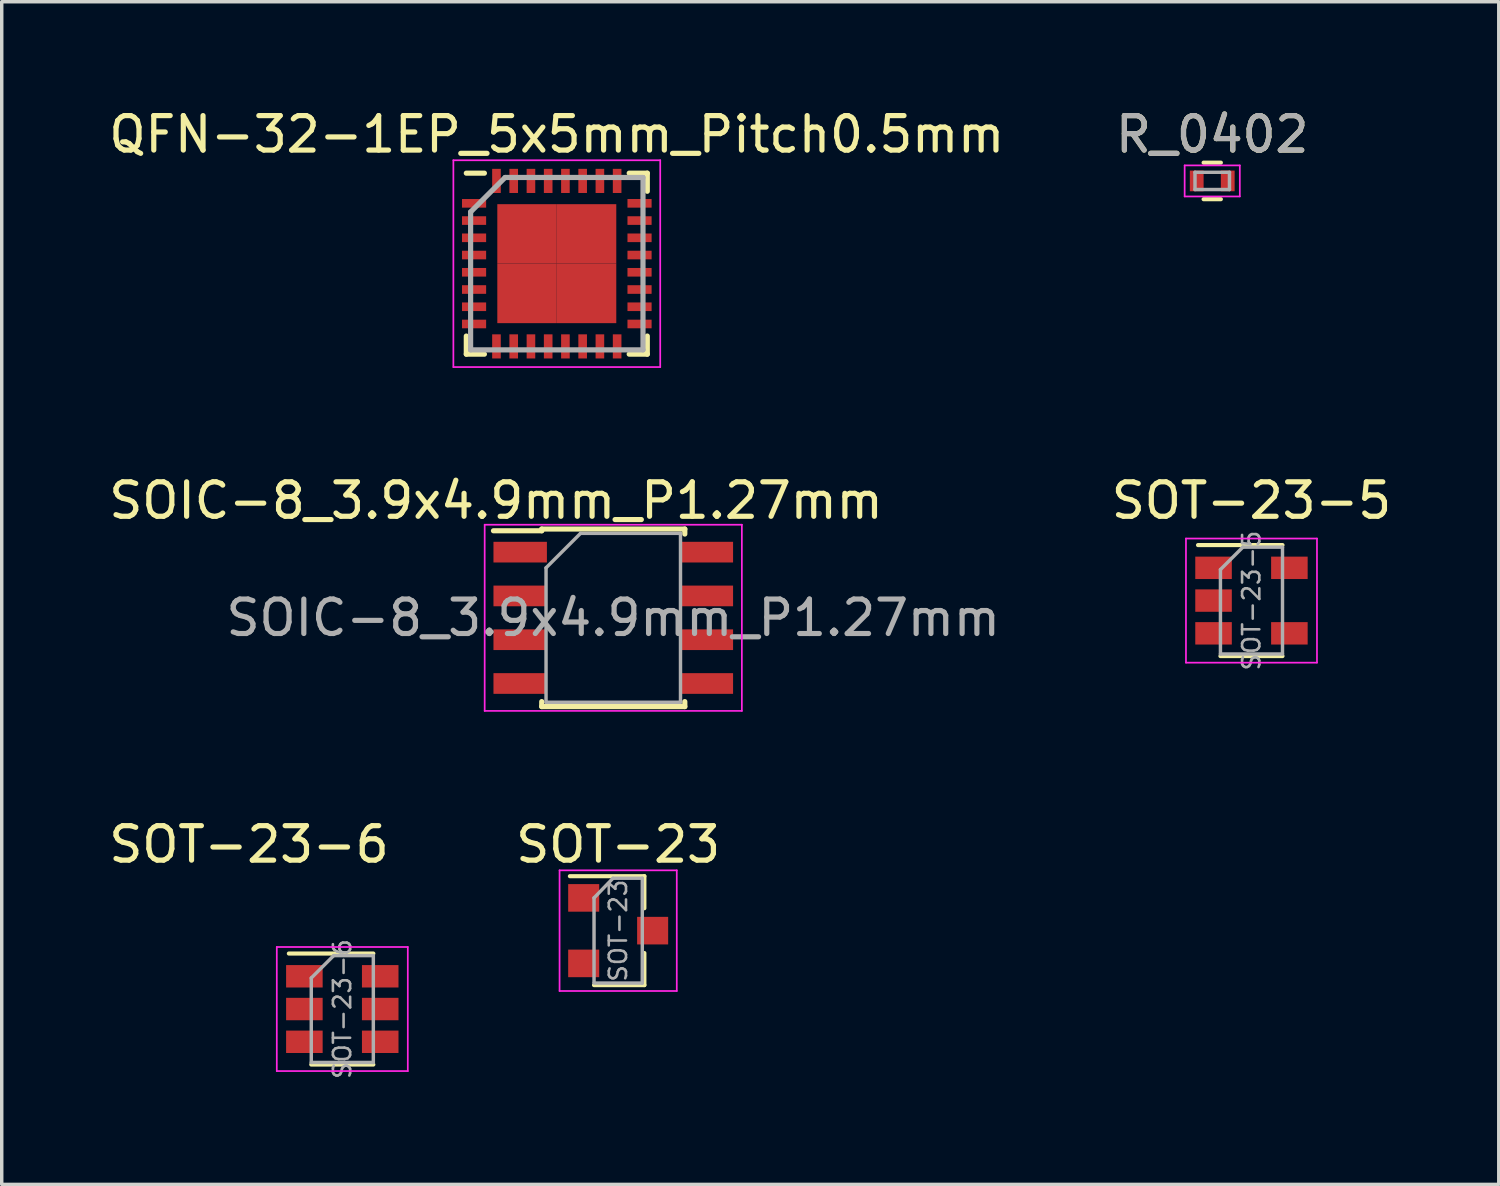
<source format=kicad_pcb>
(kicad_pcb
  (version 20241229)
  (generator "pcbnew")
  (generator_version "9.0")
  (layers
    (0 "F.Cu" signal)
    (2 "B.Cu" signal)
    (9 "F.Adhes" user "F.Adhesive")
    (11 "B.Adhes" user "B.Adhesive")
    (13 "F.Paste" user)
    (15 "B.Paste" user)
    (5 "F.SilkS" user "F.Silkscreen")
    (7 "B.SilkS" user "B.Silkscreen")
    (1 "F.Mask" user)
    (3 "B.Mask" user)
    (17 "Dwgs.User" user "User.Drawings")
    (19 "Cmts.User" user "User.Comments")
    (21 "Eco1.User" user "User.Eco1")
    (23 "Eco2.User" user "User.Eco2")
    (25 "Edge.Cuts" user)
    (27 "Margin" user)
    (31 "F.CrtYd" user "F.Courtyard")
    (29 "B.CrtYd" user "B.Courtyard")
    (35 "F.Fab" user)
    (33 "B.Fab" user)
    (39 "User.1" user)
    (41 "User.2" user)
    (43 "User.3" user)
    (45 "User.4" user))
  (footprint "QFN-32-1EP_5x5mm_Pitch0.5mm"
    (layer "F.Cu")
    (at 13.101 4.598)
    (property "Reference" "QFN-32-1EP_5x5mm_Pitch0.5mm" (at 0 -3.75 0) (layer "F.SilkS") (effects (font (size 1 1) (thickness 0.15))))
    (attr smd)
    (fp_line (start -2.625 -2.625) (end -2.1 -2.625) (stroke (width 0.15) (type solid)) (layer "F.SilkS"))
    (fp_line (start -2.625 2.625) (end -2.625 2.1) (stroke (width 0.15) (type solid)) (layer "F.SilkS"))
    (fp_line (start -2.625 2.625) (end -2.1 2.625) (stroke (width 0.15) (type solid)) (layer "F.SilkS"))
    (fp_line (start 2.625 -2.625) (end 2.1 -2.625) (stroke (width 0.15) (type solid)) (layer "F.SilkS"))
    (fp_line (start 2.625 -2.625) (end 2.625 -2.1) (stroke (width 0.15) (type solid)) (layer "F.SilkS"))
    (fp_line (start 2.625 2.625) (end 2.1 2.625) (stroke (width 0.15) (type solid)) (layer "F.SilkS"))
    (fp_line (start 2.625 2.625) (end 2.625 2.1) (stroke (width 0.15) (type solid)) (layer "F.SilkS"))
    (fp_line (start -3 -3) (end -3 3) (stroke (width 0.05) (type solid)) (layer "F.CrtYd"))
    (fp_line (start -3 -3) (end 3 -3) (stroke (width 0.05) (type solid)) (layer "F.CrtYd"))
    (fp_line (start -3 3) (end 3 3) (stroke (width 0.05) (type solid)) (layer "F.CrtYd"))
    (fp_line (start 3 -3) (end 3 3) (stroke (width 0.05) (type solid)) (layer "F.CrtYd"))
    (fp_line (start -2.5 -1.5) (end -1.5 -2.5) (stroke (width 0.15) (type solid)) (layer "F.Fab"))
    (fp_line (start -2.5 2.5) (end -2.5 -1.5) (stroke (width 0.15) (type solid)) (layer "F.Fab"))
    (fp_line (start -1.5 -2.5) (end 2.5 -2.5) (stroke (width 0.15) (type solid)) (layer "F.Fab"))
    (fp_line (start 2.5 -2.5) (end 2.5 2.5) (stroke (width 0.15) (type solid)) (layer "F.Fab"))
    (fp_line (start 2.5 2.5) (end -2.5 2.5) (stroke (width 0.15) (type solid)) (layer "F.Fab"))
    (pad "1" smd rect (at -2.4 -1.75) (size 0.7 0.25) (layers "F.Cu" "F.Mask" "F.Paste"))
    (pad "2" smd rect (at -2.4 -1.25) (size 0.7 0.25) (layers "F.Cu" "F.Mask" "F.Paste"))
    (pad "3" smd rect (at -2.4 -0.75) (size 0.7 0.25) (layers "F.Cu" "F.Mask" "F.Paste"))
    (pad "4" smd rect (at -2.4 -0.25) (size 0.7 0.25) (layers "F.Cu" "F.Mask" "F.Paste"))
    (pad "5" smd rect (at -2.4 0.25) (size 0.7 0.25) (layers "F.Cu" "F.Mask" "F.Paste"))
    (pad "6" smd rect (at -2.4 0.75) (size 0.7 0.25) (layers "F.Cu" "F.Mask" "F.Paste"))
    (pad "7" smd rect (at -2.4 1.25) (size 0.7 0.25) (layers "F.Cu" "F.Mask" "F.Paste"))
    (pad "8" smd rect (at -2.4 1.75) (size 0.7 0.25) (layers "F.Cu" "F.Mask" "F.Paste"))
    (pad "9" smd rect (at -1.75 2.4 90) (size 0.7 0.25) (layers "F.Cu" "F.Mask" "F.Paste"))
    (pad "10" smd rect (at -1.25 2.4 90) (size 0.7 0.25) (layers "F.Cu" "F.Mask" "F.Paste"))
    (pad "11" smd rect (at -0.75 2.4 90) (size 0.7 0.25) (layers "F.Cu" "F.Mask" "F.Paste"))
    (pad "12" smd rect (at -0.25 2.4 90) (size 0.7 0.25) (layers "F.Cu" "F.Mask" "F.Paste"))
    (pad "13" smd rect (at 0.25 2.4 90) (size 0.7 0.25) (layers "F.Cu" "F.Mask" "F.Paste"))
    (pad "14" smd rect (at 0.75 2.4 90) (size 0.7 0.25) (layers "F.Cu" "F.Mask" "F.Paste"))
    (pad "15" smd rect (at 1.25 2.4 90) (size 0.7 0.25) (layers "F.Cu" "F.Mask" "F.Paste"))
    (pad "16" smd rect (at 1.75 2.4 90) (size 0.7 0.25) (layers "F.Cu" "F.Mask" "F.Paste"))
    (pad "17" smd rect (at 2.4 1.75) (size 0.7 0.25) (layers "F.Cu" "F.Mask" "F.Paste"))
    (pad "18" smd rect (at 2.4 1.25) (size 0.7 0.25) (layers "F.Cu" "F.Mask" "F.Paste"))
    (pad "19" smd rect (at 2.4 0.75) (size 0.7 0.25) (layers "F.Cu" "F.Mask" "F.Paste"))
    (pad "20" smd rect (at 2.4 0.25) (size 0.7 0.25) (layers "F.Cu" "F.Mask" "F.Paste"))
    (pad "21" smd rect (at 2.4 -0.25) (size 0.7 0.25) (layers "F.Cu" "F.Mask" "F.Paste"))
    (pad "22" smd rect (at 2.4 -0.75) (size 0.7 0.25) (layers "F.Cu" "F.Mask" "F.Paste"))
    (pad "23" smd rect (at 2.4 -1.25) (size 0.7 0.25) (layers "F.Cu" "F.Mask" "F.Paste"))
    (pad "24" smd rect (at 2.4 -1.75) (size 0.7 0.25) (layers "F.Cu" "F.Mask" "F.Paste"))
    (pad "25" smd rect (at 1.75 -2.4 90) (size 0.7 0.25) (layers "F.Cu" "F.Mask" "F.Paste"))
    (pad "26" smd rect (at 1.25 -2.4 90) (size 0.7 0.25) (layers "F.Cu" "F.Mask" "F.Paste"))
    (pad "27" smd rect (at 0.75 -2.4 90) (size 0.7 0.25) (layers "F.Cu" "F.Mask" "F.Paste"))
    (pad "28" smd rect (at 0.25 -2.4 90) (size 0.7 0.25) (layers "F.Cu" "F.Mask" "F.Paste"))
    (pad "29" smd rect (at -0.25 -2.4 90) (size 0.7 0.25) (layers "F.Cu" "F.Mask" "F.Paste"))
    (pad "30" smd rect (at -0.75 -2.4 90) (size 0.7 0.25) (layers "F.Cu" "F.Mask" "F.Paste"))
    (pad "31" smd rect (at -1.25 -2.4 90) (size 0.7 0.25) (layers "F.Cu" "F.Mask" "F.Paste"))
    (pad "32" smd rect (at -1.75 -2.4 90) (size 0.7 0.25) (layers "F.Cu" "F.Mask" "F.Paste"))
    (pad "33" smd rect (at -0.863 -0.863) (size 1.725 1.725) (layers "F.Cu" "F.Mask" "F.Paste"))
    (pad "33" smd rect (at -0.863 0.863) (size 1.725 1.725) (layers "F.Cu" "F.Mask" "F.Paste"))
    (pad "33" smd rect (at 0.863 -0.863) (size 1.725 1.725) (layers "F.Cu" "F.Mask" "F.Paste"))
    (pad "33" smd rect (at 0.863 0.863) (size 1.725 1.725) (layers "F.Cu" "F.Mask" "F.Paste")))
  (footprint "SOT-23-6"
    (layer "F.Cu")
    (at 6.879 26.219)
    (property "Reference" "SOT-23-6" (at -2.706 -4.774 0) (layer "F.SilkS") (effects (font (size 1 1) (thickness 0.15))))
    (attr smd)
    (fp_line (start -0.9 1.61) (end 0.9 1.61) (stroke (width 0.12) (type solid)) (layer "F.SilkS"))
    (fp_line (start 0.9 -1.61) (end -1.55 -1.61) (stroke (width 0.12) (type solid)) (layer "F.SilkS"))
    (fp_line (start -1.9 -1.8) (end -1.9 1.8) (stroke (width 0.05) (type solid)) (layer "F.CrtYd"))
    (fp_line (start -1.9 1.8) (end 1.9 1.8) (stroke (width 0.05) (type solid)) (layer "F.CrtYd"))
    (fp_line (start 1.9 -1.8) (end -1.9 -1.8) (stroke (width 0.05) (type solid)) (layer "F.CrtYd"))
    (fp_line (start 1.9 1.8) (end 1.9 -1.8) (stroke (width 0.05) (type solid)) (layer "F.CrtYd"))
    (fp_line (start -0.9 -0.9) (end -0.9 1.55) (stroke (width 0.1) (type solid)) (layer "F.Fab"))
    (fp_line (start -0.9 -0.9) (end -0.25 -1.55) (stroke (width 0.1) (type solid)) (layer "F.Fab"))
    (fp_line (start 0.9 -1.55) (end -0.25 -1.55) (stroke (width 0.1) (type solid)) (layer "F.Fab"))
    (fp_line (start 0.9 -1.55) (end 0.9 1.55) (stroke (width 0.1) (type solid)) (layer "F.Fab"))
    (fp_line (start 0.9 1.55) (end -0.9 1.55) (stroke (width 0.1) (type solid)) (layer "F.Fab"))
    (fp_text user "${REFERENCE}" (at 0 0 90) (layer "F.Fab") (effects (font (size 0.5 0.5) (thickness 0.075))))
    (pad "1" smd rect (at -1.1 -0.95) (size 1.06 0.65) (layers "F.Cu" "F.Mask" "F.Paste"))
    (pad "2" smd rect (at -1.1 0) (size 1.06 0.65) (layers "F.Cu" "F.Mask" "F.Paste"))
    (pad "3" smd rect (at -1.1 0.95) (size 1.06 0.65) (layers "F.Cu" "F.Mask" "F.Paste"))
    (pad "4" smd rect (at 1.1 0.95) (size 1.06 0.65) (layers "F.Cu" "F.Mask" "F.Paste"))
    (pad "5" smd rect (at 1.1 0) (size 1.06 0.65) (layers "F.Cu" "F.Mask" "F.Paste"))
    (pad "6" smd rect (at 1.1 -0.95) (size 1.06 0.65) (layers "F.Cu" "F.Mask" "F.Paste")))
  (footprint "R_0402"
    (layer "F.Cu")
    (at 32.113 2.198)
    (property "Reference" "R_0402" (at 0 -1.35 0) (layer "F.SilkS") (effects (font (size 1 1) (thickness 0.15))))
    (attr smd)
    (fp_line (start -0.25 0.53) (end 0.25 0.53) (stroke (width 0.12) (type solid)) (layer "F.SilkS"))
    (fp_line (start 0.25 -0.53) (end -0.25 -0.53) (stroke (width 0.12) (type solid)) (layer "F.SilkS"))
    (fp_line (start -0.8 -0.45) (end -0.8 0.45) (stroke (width 0.05) (type solid)) (layer "F.CrtYd"))
    (fp_line (start -0.8 -0.45) (end 0.8 -0.45) (stroke (width 0.05) (type solid)) (layer "F.CrtYd"))
    (fp_line (start 0.8 0.45) (end -0.8 0.45) (stroke (width 0.05) (type solid)) (layer "F.CrtYd"))
    (fp_line (start 0.8 0.45) (end 0.8 -0.45) (stroke (width 0.05) (type solid)) (layer "F.CrtYd"))
    (fp_line (start -0.5 -0.25) (end 0.5 -0.25) (stroke (width 0.1) (type solid)) (layer "F.Fab"))
    (fp_line (start -0.5 0.25) (end -0.5 -0.25) (stroke (width 0.1) (type solid)) (layer "F.Fab"))
    (fp_line (start 0.5 -0.25) (end 0.5 0.25) (stroke (width 0.1) (type solid)) (layer "F.Fab"))
    (fp_line (start 0.5 0.25) (end -0.5 0.25) (stroke (width 0.1) (type solid)) (layer "F.Fab"))
    (fp_text user "${REFERENCE}" (at 0 -1.35 0) (layer "F.Fab") (effects (font (size 1 1) (thickness 0.15))))
    (pad "1" smd rect (at -0.45 0) (size 0.4 0.6) (layers "F.Cu" "F.Mask" "F.Paste"))
    (pad "2" smd rect (at 0.45 0) (size 0.4 0.6) (layers "F.Cu" "F.Mask" "F.Paste")))
  (footprint "SOT-23-5"
    (layer "F.Cu")
    (at 33.251 14.371)
    (property "Reference" "SOT-23-5" (at 0 -2.9 0) (layer "F.SilkS") (effects (font (size 1 1) (thickness 0.15))))
    (attr smd)
    (fp_line (start -0.9 1.61) (end 0.9 1.61) (stroke (width 0.12) (type solid)) (layer "F.SilkS"))
    (fp_line (start 0.9 -1.61) (end -1.55 -1.61) (stroke (width 0.12) (type solid)) (layer "F.SilkS"))
    (fp_line (start -1.9 -1.8) (end 1.9 -1.8) (stroke (width 0.05) (type solid)) (layer "F.CrtYd"))
    (fp_line (start -1.9 1.8) (end -1.9 -1.8) (stroke (width 0.05) (type solid)) (layer "F.CrtYd"))
    (fp_line (start 1.9 -1.8) (end 1.9 1.8) (stroke (width 0.05) (type solid)) (layer "F.CrtYd"))
    (fp_line (start 1.9 1.8) (end -1.9 1.8) (stroke (width 0.05) (type solid)) (layer "F.CrtYd"))
    (fp_line (start -0.9 -0.9) (end -0.9 1.55) (stroke (width 0.1) (type solid)) (layer "F.Fab"))
    (fp_line (start -0.9 -0.9) (end -0.25 -1.55) (stroke (width 0.1) (type solid)) (layer "F.Fab"))
    (fp_line (start 0.9 -1.55) (end -0.25 -1.55) (stroke (width 0.1) (type solid)) (layer "F.Fab"))
    (fp_line (start 0.9 -1.55) (end 0.9 1.55) (stroke (width 0.1) (type solid)) (layer "F.Fab"))
    (fp_line (start 0.9 1.55) (end -0.9 1.55) (stroke (width 0.1) (type solid)) (layer "F.Fab"))
    (fp_text user "${REFERENCE}" (at 0 0 90) (layer "F.Fab") (effects (font (size 0.5 0.5) (thickness 0.075))))
    (pad "1" smd rect (at -1.1 -0.95) (size 1.06 0.65) (layers "F.Cu" "F.Mask" "F.Paste"))
    (pad "2" smd rect (at -1.1 0) (size 1.06 0.65) (layers "F.Cu" "F.Mask" "F.Paste"))
    (pad "3" smd rect (at -1.1 0.95) (size 1.06 0.65) (layers "F.Cu" "F.Mask" "F.Paste"))
    (pad "4" smd rect (at 1.1 0.95) (size 1.06 0.65) (layers "F.Cu" "F.Mask" "F.Paste"))
    (pad "5" smd rect (at 1.1 -0.95) (size 1.06 0.65) (layers "F.Cu" "F.Mask" "F.Paste")))
  (footprint "SOIC-8_3.9x4.9mm_P1.27mm"
    (layer "F.Cu")
    (at 14.739 14.871)
    (property "Reference" "SOIC-8_3.9x4.9mm_P1.27mm" (at -3.4 -3.4 0) (layer "F.SilkS") (effects (font (size 1 1) (thickness 0.15))))
    (attr smd)
    (fp_line (start -2.075 -2.575) (end -2.075 -2.525) (stroke (width 0.15) (type solid)) (layer "F.SilkS"))
    (fp_line (start -2.075 -2.575) (end 2.075 -2.575) (stroke (width 0.15) (type solid)) (layer "F.SilkS"))
    (fp_line (start -2.075 -2.525) (end -3.475 -2.525) (stroke (width 0.15) (type solid)) (layer "F.SilkS"))
    (fp_line (start -2.075 2.575) (end -2.075 2.43) (stroke (width 0.15) (type solid)) (layer "F.SilkS"))
    (fp_line (start -2.075 2.575) (end 2.075 2.575) (stroke (width 0.15) (type solid)) (layer "F.SilkS"))
    (fp_line (start 2.075 -2.575) (end 2.075 -2.43) (stroke (width 0.15) (type solid)) (layer "F.SilkS"))
    (fp_line (start 2.075 2.575) (end 2.075 2.43) (stroke (width 0.15) (type solid)) (layer "F.SilkS"))
    (fp_line (start -3.73 -2.7) (end -3.73 2.7) (stroke (width 0.05) (type solid)) (layer "F.CrtYd"))
    (fp_line (start -3.73 -2.7) (end 3.73 -2.7) (stroke (width 0.05) (type solid)) (layer "F.CrtYd"))
    (fp_line (start -3.73 2.7) (end 3.73 2.7) (stroke (width 0.05) (type solid)) (layer "F.CrtYd"))
    (fp_line (start 3.73 -2.7) (end 3.73 2.7) (stroke (width 0.05) (type solid)) (layer "F.CrtYd"))
    (fp_line (start -1.95 -1.45) (end -0.95 -2.45) (stroke (width 0.1) (type solid)) (layer "F.Fab"))
    (fp_line (start -1.95 2.45) (end -1.95 -1.45) (stroke (width 0.1) (type solid)) (layer "F.Fab"))
    (fp_line (start -0.95 -2.45) (end 1.95 -2.45) (stroke (width 0.1) (type solid)) (layer "F.Fab"))
    (fp_line (start 1.95 -2.45) (end 1.95 2.45) (stroke (width 0.1) (type solid)) (layer "F.Fab"))
    (fp_line (start 1.95 2.45) (end -1.95 2.45) (stroke (width 0.1) (type solid)) (layer "F.Fab"))
    (fp_text user "${REFERENCE}" (at 0 0 0) (layer "F.Fab") (effects (font (size 1 1) (thickness 0.15))))
    (pad "1" smd rect (at -2.7 -1.905) (size 1.55 0.6) (layers "F.Cu" "F.Mask" "F.Paste"))
    (pad "2" smd rect (at -2.7 -0.635) (size 1.55 0.6) (layers "F.Cu" "F.Mask" "F.Paste"))
    (pad "3" smd rect (at -2.7 0.635) (size 1.55 0.6) (layers "F.Cu" "F.Mask" "F.Paste"))
    (pad "4" smd rect (at -2.7 1.905) (size 1.55 0.6) (layers "F.Cu" "F.Mask" "F.Paste"))
    (pad "5" smd rect (at 2.7 1.905) (size 1.55 0.6) (layers "F.Cu" "F.Mask" "F.Paste"))
    (pad "6" smd rect (at 2.7 0.635) (size 1.55 0.6) (layers "F.Cu" "F.Mask" "F.Paste"))
    (pad "7" smd rect (at 2.7 -0.635) (size 1.55 0.6) (layers "F.Cu" "F.Mask" "F.Paste"))
    (pad "8" smd rect (at 2.7 -1.905) (size 1.55 0.6) (layers "F.Cu" "F.Mask" "F.Paste")))
  (footprint "SOT-23"
    (layer "F.Cu")
    (at 14.881 23.945)
    (property "Reference" "SOT-23" (at 0 -2.5 0) (layer "F.SilkS") (effects (font (size 1 1) (thickness 0.15))))
    (attr smd)
    (fp_line (start 0.76 -1.58) (end -1.4 -1.58) (stroke (width 0.12) (type solid)) (layer "F.SilkS"))
    (fp_line (start 0.76 -1.58) (end 0.76 -0.65) (stroke (width 0.12) (type solid)) (layer "F.SilkS"))
    (fp_line (start 0.76 1.58) (end -0.7 1.58) (stroke (width 0.12) (type solid)) (layer "F.SilkS"))
    (fp_line (start 0.76 1.58) (end 0.76 0.65) (stroke (width 0.12) (type solid)) (layer "F.SilkS"))
    (fp_line (start -1.7 -1.75) (end 1.7 -1.75) (stroke (width 0.05) (type solid)) (layer "F.CrtYd"))
    (fp_line (start -1.7 1.75) (end -1.7 -1.75) (stroke (width 0.05) (type solid)) (layer "F.CrtYd"))
    (fp_line (start 1.7 -1.75) (end 1.7 1.75) (stroke (width 0.05) (type solid)) (layer "F.CrtYd"))
    (fp_line (start 1.7 1.75) (end -1.7 1.75) (stroke (width 0.05) (type solid)) (layer "F.CrtYd"))
    (fp_line (start -0.7 -0.95) (end -0.7 1.5) (stroke (width 0.1) (type solid)) (layer "F.Fab"))
    (fp_line (start -0.7 -0.95) (end -0.15 -1.52) (stroke (width 0.1) (type solid)) (layer "F.Fab"))
    (fp_line (start -0.7 1.52) (end 0.7 1.52) (stroke (width 0.1) (type solid)) (layer "F.Fab"))
    (fp_line (start -0.15 -1.52) (end 0.7 -1.52) (stroke (width 0.1) (type solid)) (layer "F.Fab"))
    (fp_line (start 0.7 -1.52) (end 0.7 1.52) (stroke (width 0.1) (type solid)) (layer "F.Fab"))
    (fp_text user "${REFERENCE}" (at 0 0 90) (layer "F.Fab") (effects (font (size 0.5 0.5) (thickness 0.075))))
    (pad "1" smd rect (at -1 -0.95) (size 0.9 0.8) (layers "F.Cu" "F.Mask" "F.Paste"))
    (pad "2" smd rect (at -1 0.95) (size 0.9 0.8) (layers "F.Cu" "F.Mask" "F.Paste"))
    (pad "3" smd rect (at 1 0) (size 0.9 0.8) (layers "F.Cu" "F.Mask" "F.Paste")))
  (gr_rect
    (start -3 -3)
    (end 40.424 31.305)
    (stroke (width 0.1) (type default))
    (fill no)
    (layer "Edge.Cuts")))
</source>
